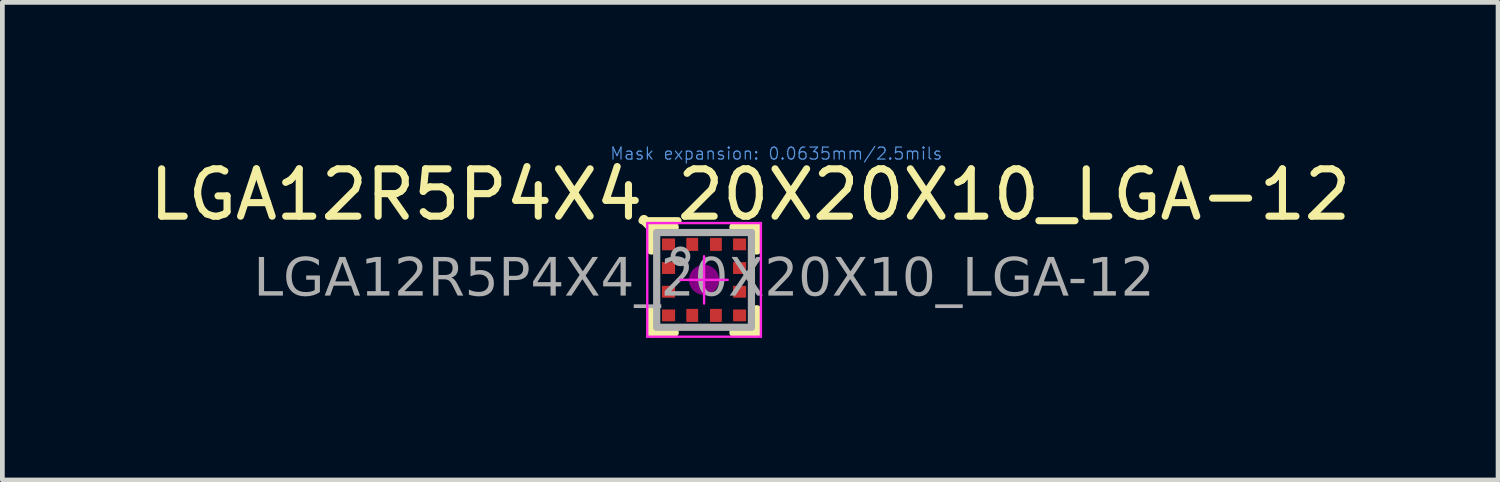
<source format=kicad_pcb>
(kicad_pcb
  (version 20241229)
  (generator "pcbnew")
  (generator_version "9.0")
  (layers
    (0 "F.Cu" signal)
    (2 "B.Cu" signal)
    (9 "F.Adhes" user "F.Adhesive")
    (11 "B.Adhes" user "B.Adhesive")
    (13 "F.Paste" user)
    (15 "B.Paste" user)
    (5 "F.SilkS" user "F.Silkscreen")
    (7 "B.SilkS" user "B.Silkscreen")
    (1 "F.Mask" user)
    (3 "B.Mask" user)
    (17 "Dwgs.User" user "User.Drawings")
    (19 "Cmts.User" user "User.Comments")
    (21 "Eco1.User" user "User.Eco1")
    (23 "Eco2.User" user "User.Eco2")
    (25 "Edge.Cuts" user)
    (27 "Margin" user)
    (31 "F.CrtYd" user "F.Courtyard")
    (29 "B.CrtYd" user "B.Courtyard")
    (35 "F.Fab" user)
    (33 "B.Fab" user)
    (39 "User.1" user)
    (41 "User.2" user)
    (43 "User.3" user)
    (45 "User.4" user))
  (footprint "LGA12R5P4X4_20X20X10_LGA-12"
    (layer "F.Cu")
    (at 11.817 2.86)
    (property "Reference" "LGA12R5P4X4_20X20X10_LGA-12" (at 0.975 -1.8 0) (unlocked yes) (layer "F.SilkS") (effects (font (size 1 1) (thickness 0.15))))
    (attr smd)
    (fp_line (start -1.111 -1.111) (end -1.27 -1.27) (stroke (width 0.203) (type solid)) (layer "F.SilkS"))
    (fp_line (start -1.111 -0.635) (end -1.111 -1.111) (stroke (width 0.203) (type solid)) (layer "F.SilkS"))
    (fp_line (start -1.111 0.635) (end -1.111 1.111) (stroke (width 0.203) (type solid)) (layer "F.SilkS"))
    (fp_line (start -0.635 -1.111) (end -1.111 -1.111) (stroke (width 0.203) (type solid)) (layer "F.SilkS"))
    (fp_line (start -0.635 1.111) (end -1.111 1.111) (stroke (width 0.203) (type solid)) (layer "F.SilkS"))
    (fp_line (start 0.635 -1.111) (end 1.111 -1.111) (stroke (width 0.203) (type solid)) (layer "F.SilkS"))
    (fp_line (start 0.635 1.111) (end 1.111 1.111) (stroke (width 0.203) (type solid)) (layer "F.SilkS"))
    (fp_line (start 1.111 -0.635) (end 1.111 -1.111) (stroke (width 0.203) (type solid)) (layer "F.SilkS"))
    (fp_line (start 1.111 0.635) (end 1.111 1.111) (stroke (width 0.203) (type solid)) (layer "F.SilkS"))
    (fp_circle (center 0 0) (end 0.318 0) (stroke (width 0) (type solid)) (fill yes) (layer "F.Adhes"))
    (fp_line (start -1.2 1.2) (end -1.2 -1.2) (stroke (width 0.05) (type solid)) (layer "F.CrtYd"))
    (fp_line (start -1.2 1.2) (end 1.2 1.2) (stroke (width 0.05) (type solid)) (layer "F.CrtYd"))
    (fp_line (start -0.5 0) (end 0.5 0) (stroke (width 0.05) (type default)) (layer "F.CrtYd"))
    (fp_line (start 0 0.5) (end 0 -0.5) (stroke (width 0.05) (type default)) (layer "F.CrtYd"))
    (fp_line (start 1.2 -1.2) (end -1.2 -1.2) (stroke (width 0.05) (type solid)) (layer "F.CrtYd"))
    (fp_line (start 1.2 -1.2) (end 1.2 1.2) (stroke (width 0.05) (type solid)) (layer "F.CrtYd"))
    (fp_line (start -1 -1) (end -1 1) (stroke (width 0.152) (type solid)) (layer "F.Fab"))
    (fp_line (start -1 -1) (end 1 -1) (stroke (width 0.152) (type solid)) (layer "F.Fab"))
    (fp_line (start 1 -1) (end 1 1) (stroke (width 0.152) (type solid)) (layer "F.Fab"))
    (fp_line (start 1 1) (end -1 1) (stroke (width 0.152) (type solid)) (layer "F.Fab"))
    (fp_circle (center -0.498 -0.498) (end -0.34 -0.498) (stroke (width 0.1) (type solid)) (fill no) (layer "F.Fab"))
    (fp_text user "Mask expansion: 0.0635mm/2.5mils" (at 1.524 -2.667 0) (layer "Cmts.User") (effects (font (size 0.254 0.254) (thickness 0.025))))
    (fp_text user "${REFERENCE}" (at 0 0 0) (layer "F.Fab") (effects (font (face "Tahoma") (size 0.8 0.8) (thickness 0.12))))
    (pad "1" smd rect (at -0.75 -0.75) (size 0.275 0.25) (layers "F.Cu" "F.Mask" "F.Paste"))
    (pad "2" smd rect (at -0.75 -0.25) (size 0.275 0.25) (layers "F.Cu" "F.Mask" "F.Paste"))
    (pad "3" smd rect (at -0.75 0.25) (size 0.275 0.25) (layers "F.Cu" "F.Mask" "F.Paste"))
    (pad "4" smd rect (at -0.75 0.75) (size 0.275 0.25) (layers "F.Cu" "F.Mask" "F.Paste"))
    (pad "5" smd rect (at -0.25 0.75 90) (size 0.275 0.25) (layers "F.Cu" "F.Mask" "F.Paste"))
    (pad "6" smd rect (at 0.25 0.75 90) (size 0.275 0.25) (layers "F.Cu" "F.Mask" "F.Paste"))
    (pad "7" smd rect (at 0.75 0.75) (size 0.275 0.25) (layers "F.Cu" "F.Mask" "F.Paste"))
    (pad "8" smd rect (at 0.75 0.25) (size 0.275 0.25) (layers "F.Cu" "F.Mask" "F.Paste"))
    (pad "9" smd rect (at 0.75 -0.25) (size 0.275 0.25) (layers "F.Cu" "F.Mask" "F.Paste"))
    (pad "10" smd rect (at 0.75 -0.75) (size 0.275 0.25) (layers "F.Cu" "F.Mask" "F.Paste"))
    (pad "11" smd rect (at 0.25 -0.75 90) (size 0.275 0.25) (layers "F.Cu" "F.Mask" "F.Paste"))
    (pad "12" smd rect (at -0.25 -0.75 90) (size 0.275 0.25) (layers "F.Cu" "F.Mask" "F.Paste")))
  (gr_rect
    (start -3 -3)
    (end 28.583 7.085)
    (stroke (width 0.1) (type default))
    (fill no)
    (layer "Edge.Cuts")))
</source>
